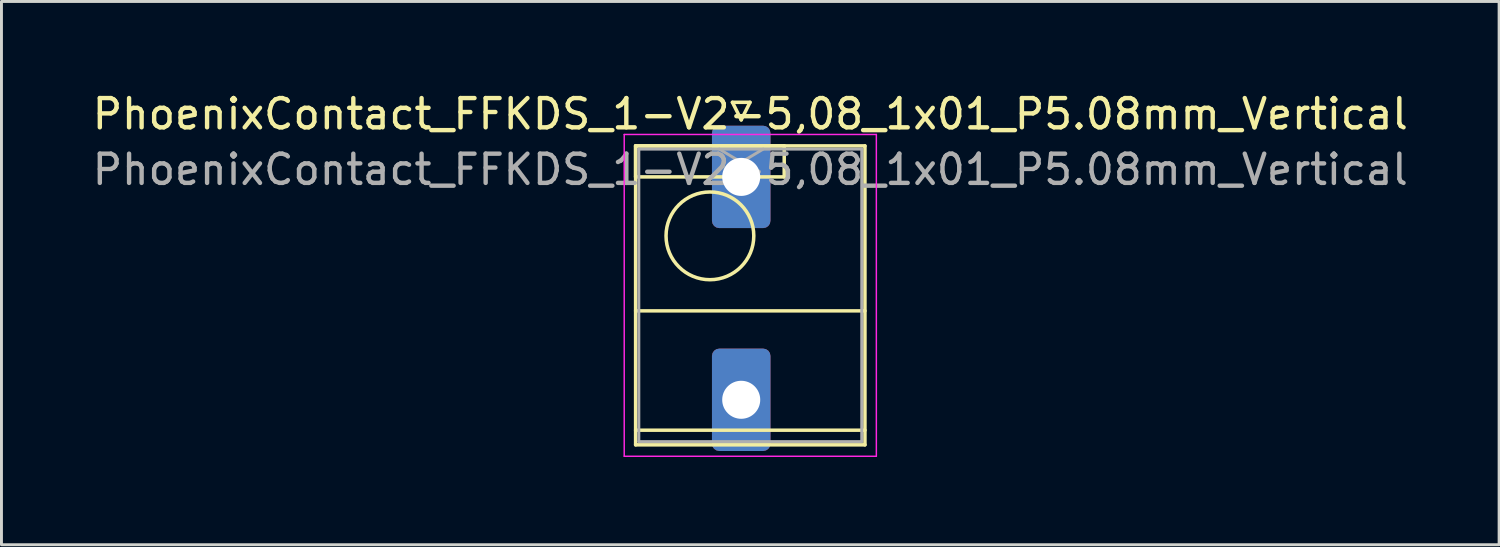
<source format=kicad_pcb>
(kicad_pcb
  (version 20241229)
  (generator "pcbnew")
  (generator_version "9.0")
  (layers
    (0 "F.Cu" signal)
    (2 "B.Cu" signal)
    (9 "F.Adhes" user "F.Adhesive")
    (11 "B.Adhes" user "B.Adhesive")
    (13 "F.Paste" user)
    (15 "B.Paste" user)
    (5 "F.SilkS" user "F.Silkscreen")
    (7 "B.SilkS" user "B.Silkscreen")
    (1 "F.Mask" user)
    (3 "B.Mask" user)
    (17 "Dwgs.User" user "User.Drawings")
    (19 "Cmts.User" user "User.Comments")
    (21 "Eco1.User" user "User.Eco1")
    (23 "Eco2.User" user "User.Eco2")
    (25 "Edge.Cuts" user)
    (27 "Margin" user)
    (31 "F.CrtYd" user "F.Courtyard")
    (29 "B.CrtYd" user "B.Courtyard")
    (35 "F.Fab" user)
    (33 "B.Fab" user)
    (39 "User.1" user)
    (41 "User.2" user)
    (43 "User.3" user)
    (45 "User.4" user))
  (footprint "PhoenixContact_FFKDS_1-V2-5,08_1x01_P5.08mm_Vertical"
    (layer "F.Cu")
    (at 22.291 2.998)
    (property "Reference" "PhoenixContact_FFKDS_1-V2-5,08_1x01_P5.08mm_Vertical" (at 0.31 -2.15 0) (layer "F.SilkS") (effects (font (size 1 1) (thickness 0.15))))
    (attr through_hole)
    (fp_line (start -3.61 -1.06) (end -3.61 0) (stroke (width 0.12) (type solid)) (layer "F.SilkS"))
    (fp_line (start -3.61 -1.06) (end -3.61 9.16) (stroke (width 0.12) (type solid)) (layer "F.SilkS"))
    (fp_line (start -3.61 0) (end 1.47 0) (stroke (width 0.12) (type solid)) (layer "F.SilkS"))
    (fp_line (start -3.61 4.58) (end 4.23 4.58) (stroke (width 0.12) (type solid)) (layer "F.SilkS"))
    (fp_line (start -3.61 8.66) (end 4.23 8.66) (stroke (width 0.12) (type solid)) (layer "F.SilkS"))
    (fp_line (start -3.61 9.16) (end 4.23 9.16) (stroke (width 0.12) (type solid)) (layer "F.SilkS"))
    (fp_line (start -0.3 -2.55) (end 0.3 -2.55) (stroke (width 0.12) (type solid)) (layer "F.SilkS"))
    (fp_line (start 0 -1.95) (end -0.3 -2.55) (stroke (width 0.12) (type solid)) (layer "F.SilkS"))
    (fp_line (start 0.3 -2.55) (end 0 -1.95) (stroke (width 0.12) (type solid)) (layer "F.SilkS"))
    (fp_line (start 1.47 -1.06) (end -3.61 -1.06) (stroke (width 0.12) (type solid)) (layer "F.SilkS"))
    (fp_line (start 1.47 0) (end 1.47 -1.06) (stroke (width 0.12) (type solid)) (layer "F.SilkS"))
    (fp_line (start 4.23 -1.06) (end -3.61 -1.06) (stroke (width 0.12) (type solid)) (layer "F.SilkS"))
    (fp_line (start 4.23 9.16) (end 4.23 -1.06) (stroke (width 0.12) (type solid)) (layer "F.SilkS"))
    (fp_circle (center -1.07 2.015) (end 0.43 2.015) (stroke (width 0.12) (type solid)) (fill no) (layer "F.SilkS"))
    (fp_line (start -4 -1.45) (end -4 9.55) (stroke (width 0.05) (type solid)) (layer "F.CrtYd"))
    (fp_line (start -4 9.55) (end 4.62 9.55) (stroke (width 0.05) (type solid)) (layer "F.CrtYd"))
    (fp_line (start 4.62 -1.45) (end -4 -1.45) (stroke (width 0.05) (type solid)) (layer "F.CrtYd"))
    (fp_line (start 4.62 9.55) (end 4.62 -1.45) (stroke (width 0.05) (type solid)) (layer "F.CrtYd"))
    (fp_line (start -3.5 -0.95) (end -3.5 9.05) (stroke (width 0.1) (type solid)) (layer "F.Fab"))
    (fp_line (start -3.5 9.05) (end 4.12 9.05) (stroke (width 0.1) (type solid)) (layer "F.Fab"))
    (fp_line (start 0 -0.5) (end -0.75 -0.95) (stroke (width 0.1) (type solid)) (layer "F.Fab"))
    (fp_line (start 0.75 -0.95) (end 0 -0.5) (stroke (width 0.1) (type solid)) (layer "F.Fab"))
    (fp_line (start 4.12 -0.95) (end -3.5 -0.95) (stroke (width 0.1) (type solid)) (layer "F.Fab"))
    (fp_line (start 4.12 9.05) (end 4.12 -0.95) (stroke (width 0.1) (type solid)) (layer "F.Fab"))
    (fp_text user "${REFERENCE}" (at 0.31 -0.25 0) (layer "F.Fab") (effects (font (size 1 1) (thickness 0.15))))
    (pad "1" thru_hole roundrect (at 0 0) (size 2 3.5) (drill 1.3) (layers "*.Cu" "*.Mask") (roundrect_rratio 0.125))
    (pad "1" thru_hole roundrect (at 0 7.62) (size 2 3.5) (drill 1.3) (layers "*.Cu" "*.Mask") (roundrect_rratio 0.125)))
  (gr_rect
    (start -3 -3)
    (end 48.202 15.573)
    (stroke (width 0.1) (type default))
    (fill no)
    (layer "Edge.Cuts")))
</source>
